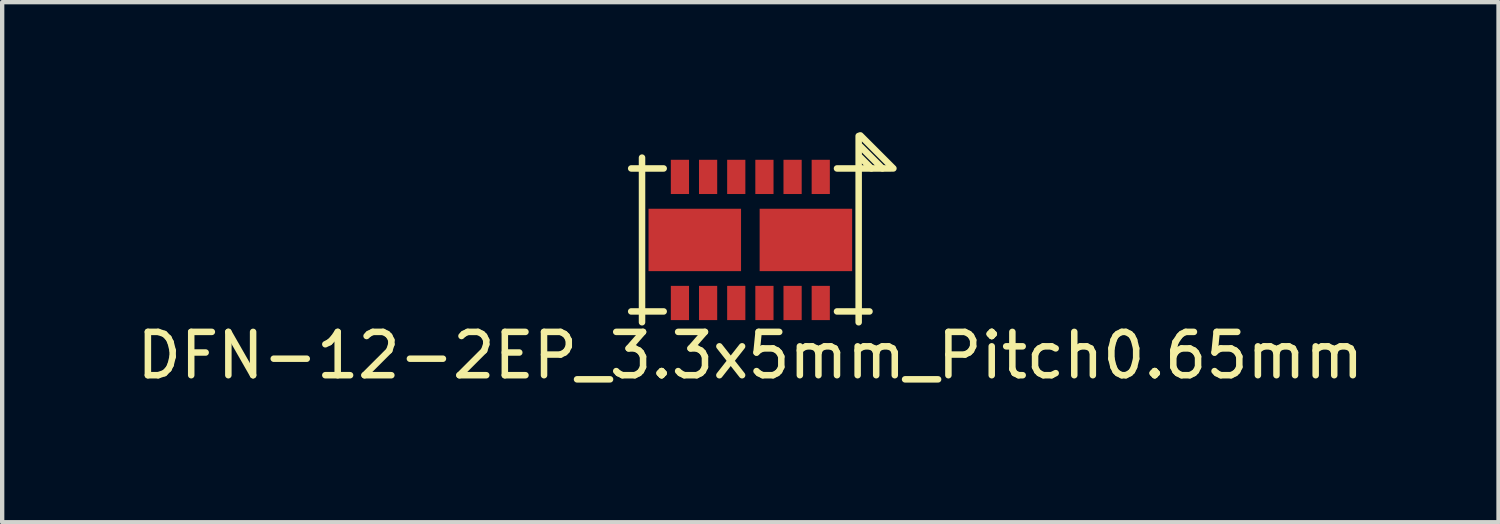
<source format=kicad_pcb>
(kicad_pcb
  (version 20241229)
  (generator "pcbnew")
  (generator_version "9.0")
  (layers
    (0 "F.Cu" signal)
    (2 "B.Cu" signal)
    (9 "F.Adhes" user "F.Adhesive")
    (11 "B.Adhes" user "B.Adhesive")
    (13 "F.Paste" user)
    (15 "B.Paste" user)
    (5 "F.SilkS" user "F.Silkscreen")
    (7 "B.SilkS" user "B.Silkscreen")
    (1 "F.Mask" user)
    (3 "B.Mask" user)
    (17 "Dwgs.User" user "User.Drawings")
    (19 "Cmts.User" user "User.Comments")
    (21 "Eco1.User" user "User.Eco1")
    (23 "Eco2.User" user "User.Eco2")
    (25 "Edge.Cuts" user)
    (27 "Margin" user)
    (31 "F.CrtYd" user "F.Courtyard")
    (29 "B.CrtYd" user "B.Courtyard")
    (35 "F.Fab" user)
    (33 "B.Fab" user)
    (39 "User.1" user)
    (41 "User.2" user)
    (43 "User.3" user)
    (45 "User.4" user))
  (footprint "DFN-12-2EP_3.3x5mm_Pitch0.65mm"
    (layer "F.Cu")
    (at 14.268 2.488)
    (property "Reference" "DFN-12-2EP_3.3x5mm_Pitch0.65mm" (at 0 2.667 0) (layer "F.SilkS") (effects (font (size 1 1) (thickness 0.15))))
    (attr through_hole)
    (fp_line (start -2.5 -1.9) (end -2.5 1.9) (stroke (width 0.15) (type solid)) (layer "F.SilkS"))
    (fp_line (start -2 -1.65) (end -2.75 -1.65) (stroke (width 0.15) (type solid)) (layer "F.SilkS"))
    (fp_line (start -2 1.65) (end -2.75 1.65) (stroke (width 0.15) (type solid)) (layer "F.SilkS"))
    (fp_line (start 2.5 -2.4) (end 2.5 1.9) (stroke (width 0.15) (type solid)) (layer "F.SilkS"))
    (fp_line (start 2.54 -2.413) (end 3.302 -1.651) (stroke (width 0.15) (type solid)) (layer "F.SilkS"))
    (fp_line (start 2.54 -2.159) (end 3.048 -1.651) (stroke (width 0.15) (type solid)) (layer "F.SilkS"))
    (fp_line (start 2.54 -1.905) (end 2.794 -1.651) (stroke (width 0.15) (type solid)) (layer "F.SilkS"))
    (fp_line (start 2.75 1.65) (end 2 1.65) (stroke (width 0.15) (type solid)) (layer "F.SilkS"))
    (fp_line (start 3.25 -1.65) (end 2 -1.65) (stroke (width 0.15) (type solid)) (layer "F.SilkS"))
    (pad "1" smd rect (at 1.625 -1.455) (size 0.42 0.79) (layers "F.Cu" "F.Mask" "F.Paste"))
    (pad "2" smd rect (at 0.975 -1.455) (size 0.42 0.79) (layers "F.Cu" "F.Mask" "F.Paste"))
    (pad "3" smd rect (at 0.325 -1.455) (size 0.42 0.79) (layers "F.Cu" "F.Mask" "F.Paste"))
    (pad "4" smd rect (at -0.325 -1.455) (size 0.42 0.79) (layers "F.Cu" "F.Mask" "F.Paste"))
    (pad "5" smd rect (at -0.975 -1.455) (size 0.42 0.79) (layers "F.Cu" "F.Mask" "F.Paste"))
    (pad "6" smd rect (at -1.625 -1.455) (size 0.42 0.79) (layers "F.Cu" "F.Mask" "F.Paste"))
    (pad "7" smd rect (at -1.625 1.455) (size 0.42 0.79) (layers "F.Cu" "F.Mask" "F.Paste"))
    (pad "8" smd rect (at -0.975 1.455) (size 0.42 0.79) (layers "F.Cu" "F.Mask" "F.Paste"))
    (pad "9" smd rect (at -0.325 1.455) (size 0.42 0.79) (layers "F.Cu" "F.Mask" "F.Paste"))
    (pad "10" smd rect (at 0.325 1.455) (size 0.42 0.79) (layers "F.Cu" "F.Mask" "F.Paste"))
    (pad "11" smd rect (at 0.975 1.455) (size 0.42 0.79) (layers "F.Cu" "F.Mask" "F.Paste"))
    (pad "12" smd rect (at 1.625 1.455) (size 0.42 0.79) (layers "F.Cu" "F.Mask" "F.Paste"))
    (pad "13" smd rect (at 1.282 0) (size 2.135 1.44) (layers "F.Cu" "F.Mask" "F.Paste"))
    (pad "14" smd rect (at -1.282 0) (size 2.135 1.44) (layers "F.Cu" "F.Mask" "F.Paste")))
  (gr_rect
    (start -3 -3)
    (end 31.536 9.003)
    (stroke (width 0.1) (type default))
    (fill no)
    (layer "Edge.Cuts")))
</source>
